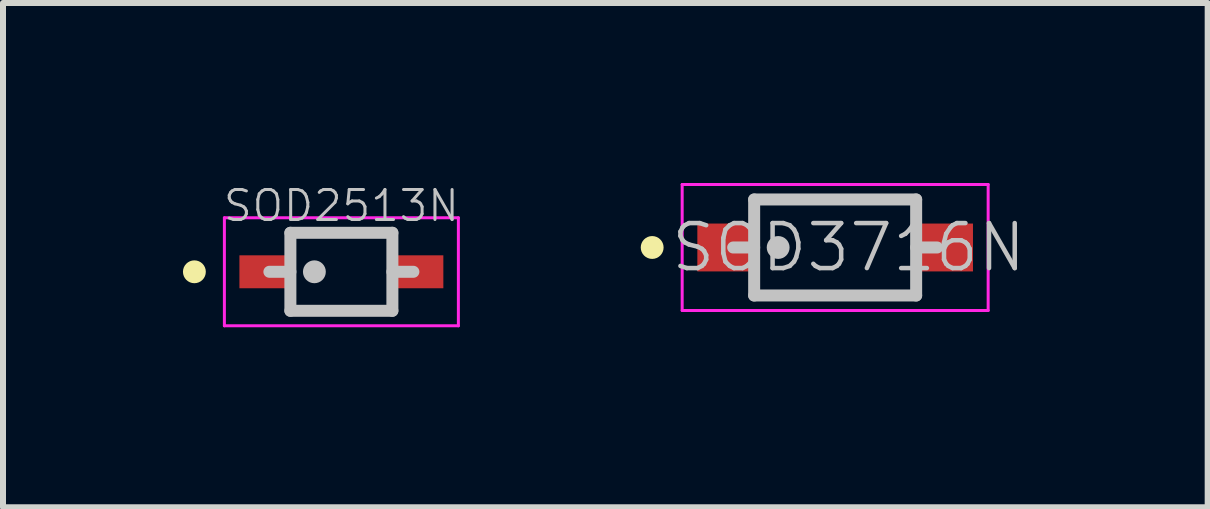
<source format=kicad_pcb>
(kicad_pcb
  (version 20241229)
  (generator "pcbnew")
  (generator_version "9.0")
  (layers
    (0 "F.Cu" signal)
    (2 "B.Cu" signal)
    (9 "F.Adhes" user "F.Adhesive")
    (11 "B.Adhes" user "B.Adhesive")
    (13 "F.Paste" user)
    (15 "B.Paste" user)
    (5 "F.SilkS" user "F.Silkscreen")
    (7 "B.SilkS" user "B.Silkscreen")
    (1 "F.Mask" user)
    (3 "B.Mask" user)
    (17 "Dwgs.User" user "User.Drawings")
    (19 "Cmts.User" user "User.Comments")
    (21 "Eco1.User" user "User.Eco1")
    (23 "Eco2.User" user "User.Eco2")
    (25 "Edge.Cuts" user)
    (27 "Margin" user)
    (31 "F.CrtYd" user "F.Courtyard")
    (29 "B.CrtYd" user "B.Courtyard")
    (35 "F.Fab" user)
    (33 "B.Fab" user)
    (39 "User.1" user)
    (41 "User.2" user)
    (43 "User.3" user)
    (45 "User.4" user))
  (footprint "SOD2513N"
    (layer "F.Cu")
    (at 2.64 1.48)
    (property "Reference" "SOD2513N" (at 0 -1.1 0) (layer "Dwgs.User") (effects (font (size 0.5 0.5) (thickness 0.05))))
    (attr smd)
    (fp_line (start -2.45 0) (end -2.45 0) (stroke (width 0.381) (type solid)) (layer "F.SilkS"))
    (fp_line (start -1.2 0) (end -0.85 0) (stroke (width 0.2) (type solid)) (layer "Dwgs.User"))
    (fp_line (start -0.85 -0.65) (end -0.85 0.65) (stroke (width 0.2) (type solid)) (layer "Dwgs.User"))
    (fp_line (start -0.85 -0.65) (end 0.85 -0.65) (stroke (width 0.2) (type solid)) (layer "Dwgs.User"))
    (fp_line (start -0.85 0.65) (end 0.85 0.65) (stroke (width 0.2) (type solid)) (layer "Dwgs.User"))
    (fp_line (start -0.45 0) (end -0.45 0) (stroke (width 0.381) (type solid)) (layer "Dwgs.User"))
    (fp_line (start 0.85 -0.65) (end 0.85 0.65) (stroke (width 0.2) (type solid)) (layer "Dwgs.User"))
    (fp_line (start 0.85 0) (end 1.2 0) (stroke (width 0.2) (type solid)) (layer "Dwgs.User"))
    (fp_line (start -1.95 -0.9) (end -1.95 0.9) (stroke (width 0.05) (type solid)) (layer "F.CrtYd"))
    (fp_line (start -1.95 -0.9) (end 1.95 -0.9) (stroke (width 0.05) (type solid)) (layer "F.CrtYd"))
    (fp_line (start -1.95 0.9) (end 1.95 0.9) (stroke (width 0.05) (type solid)) (layer "F.CrtYd"))
    (fp_line (start 1.95 -0.9) (end 1.95 0.9) (stroke (width 0.05) (type solid)) (layer "F.CrtYd"))
    (pad "1" smd rect (at -1.25 0 90) (size 0.549 0.899) (layers "F.Cu" "F.Mask" "F.Paste"))
    (pad "2" smd rect (at 1.25 0 270) (size 0.549 0.899) (layers "F.Cu" "F.Mask" "F.Paste")))
  (footprint "SOD3716N"
    (layer "F.Cu")
    (at 10.87 1.075)
    (property "Reference" "SOD3716N" (at 0.225 0 0) (layer "Dwgs.User") (effects (font (size 0.75 0.75) (thickness 0.075))))
    (attr smd)
    (fp_line (start -3.05 0) (end -3.05 0) (stroke (width 0.381) (type solid)) (layer "F.SilkS"))
    (fp_line (start -1.7 0) (end -1.35 0) (stroke (width 0.2) (type solid)) (layer "Dwgs.User"))
    (fp_line (start -1.35 -0.8) (end -1.35 0.8) (stroke (width 0.2) (type solid)) (layer "Dwgs.User"))
    (fp_line (start -1.35 -0.8) (end 1.35 -0.8) (stroke (width 0.2) (type solid)) (layer "Dwgs.User"))
    (fp_line (start -1.35 0.8) (end 1.35 0.8) (stroke (width 0.2) (type solid)) (layer "Dwgs.User"))
    (fp_line (start -0.95 0) (end -0.95 0) (stroke (width 0.381) (type solid)) (layer "Dwgs.User"))
    (fp_line (start 1.35 -0.8) (end 1.35 0.8) (stroke (width 0.2) (type solid)) (layer "Dwgs.User"))
    (fp_line (start 1.35 0) (end 1.7 0) (stroke (width 0.2) (type solid)) (layer "Dwgs.User"))
    (fp_line (start -2.55 -1.05) (end -2.55 1.05) (stroke (width 0.05) (type solid)) (layer "F.CrtYd"))
    (fp_line (start -2.55 -1.05) (end 2.55 -1.05) (stroke (width 0.05) (type solid)) (layer "F.CrtYd"))
    (fp_line (start -2.55 1.05) (end 2.55 1.05) (stroke (width 0.05) (type solid)) (layer "F.CrtYd"))
    (fp_line (start 2.55 -1.05) (end 2.55 1.05) (stroke (width 0.05) (type solid)) (layer "F.CrtYd"))
    (pad "1" smd rect (at -1.798 0 90) (size 0.798 0.998) (layers "F.Cu" "F.Mask" "F.Paste"))
    (pad "2" smd rect (at 1.798 0 270) (size 0.798 0.998) (layers "F.Cu" "F.Mask" "F.Paste")))
  (gr_rect
    (start -3 -3)
    (end 17.079 5.405)
    (stroke (width 0.1) (type default))
    (fill no)
    (layer "Edge.Cuts")))
</source>
